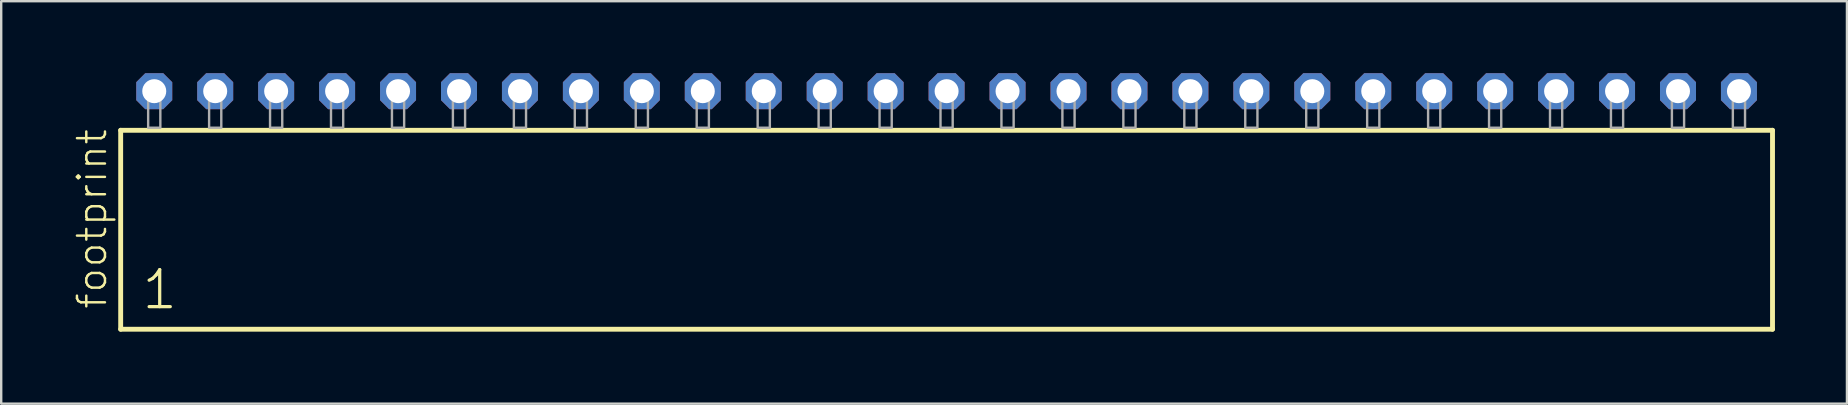
<source format=kicad_pcb>
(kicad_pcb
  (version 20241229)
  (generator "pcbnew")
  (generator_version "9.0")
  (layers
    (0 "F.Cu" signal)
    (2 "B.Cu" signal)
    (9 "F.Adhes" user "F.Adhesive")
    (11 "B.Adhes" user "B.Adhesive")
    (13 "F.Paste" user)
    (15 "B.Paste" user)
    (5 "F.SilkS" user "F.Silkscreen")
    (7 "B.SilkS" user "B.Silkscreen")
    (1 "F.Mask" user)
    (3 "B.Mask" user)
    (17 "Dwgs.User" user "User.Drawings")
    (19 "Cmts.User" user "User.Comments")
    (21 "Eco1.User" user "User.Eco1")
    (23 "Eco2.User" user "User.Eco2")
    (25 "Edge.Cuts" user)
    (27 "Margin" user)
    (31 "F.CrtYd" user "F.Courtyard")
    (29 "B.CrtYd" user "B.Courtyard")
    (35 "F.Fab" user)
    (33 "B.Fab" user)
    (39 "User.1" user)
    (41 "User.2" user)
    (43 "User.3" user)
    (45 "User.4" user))
  (footprint "footprint"
    (layer "F.Cu")
    (at 36.398 2.274)
    (property "Reference" "footprint" (at -34.925 7.62 90) (layer "F.SilkS") (effects (font (size 1.168 1.168) (thickness 0.102)) (justify left bottom)))
    (fp_line (start -34.419 0.106) (end -34.419 8.396) (stroke (width 0.203) (type solid)) (layer "F.SilkS"))
    (fp_line (start -34.419 8.396) (end 34.419 8.396) (stroke (width 0.203) (type solid)) (layer "F.SilkS"))
    (fp_line (start 34.419 0.106) (end -34.419 0.106) (stroke (width 0.203) (type solid)) (layer "F.SilkS"))
    (fp_line (start 34.419 8.396) (end 34.419 0.106) (stroke (width 0.203) (type solid)) (layer "F.SilkS"))
    (fp_poly (pts (xy -33.274 0) (xy -32.766 0) (xy -32.766 -1.778) (xy -33.274 -1.778)) (stroke (width 0.1) (type solid)) (fill no) (layer "F.Fab"))
    (fp_poly (pts (xy -30.734 0) (xy -30.226 0) (xy -30.226 -1.778) (xy -30.734 -1.778)) (stroke (width 0.1) (type solid)) (fill no) (layer "F.Fab"))
    (fp_poly (pts (xy -28.194 0) (xy -27.686 0) (xy -27.686 -1.778) (xy -28.194 -1.778)) (stroke (width 0.1) (type solid)) (fill no) (layer "F.Fab"))
    (fp_poly (pts (xy -25.654 0) (xy -25.146 0) (xy -25.146 -1.778) (xy -25.654 -1.778)) (stroke (width 0.1) (type solid)) (fill no) (layer "F.Fab"))
    (fp_poly (pts (xy -23.114 0) (xy -22.606 0) (xy -22.606 -1.778) (xy -23.114 -1.778)) (stroke (width 0.1) (type solid)) (fill no) (layer "F.Fab"))
    (fp_poly (pts (xy -20.574 0) (xy -20.066 0) (xy -20.066 -1.778) (xy -20.574 -1.778)) (stroke (width 0.1) (type solid)) (fill no) (layer "F.Fab"))
    (fp_poly (pts (xy -18.034 0) (xy -17.526 0) (xy -17.526 -1.778) (xy -18.034 -1.778)) (stroke (width 0.1) (type solid)) (fill no) (layer "F.Fab"))
    (fp_poly (pts (xy -15.494 0) (xy -14.986 0) (xy -14.986 -1.778) (xy -15.494 -1.778)) (stroke (width 0.1) (type solid)) (fill no) (layer "F.Fab"))
    (fp_poly (pts (xy -12.954 0) (xy -12.446 0) (xy -12.446 -1.778) (xy -12.954 -1.778)) (stroke (width 0.1) (type solid)) (fill no) (layer "F.Fab"))
    (fp_poly (pts (xy -10.414 0) (xy -9.906 0) (xy -9.906 -1.778) (xy -10.414 -1.778)) (stroke (width 0.1) (type solid)) (fill no) (layer "F.Fab"))
    (fp_poly (pts (xy -7.874 0) (xy -7.366 0) (xy -7.366 -1.778) (xy -7.874 -1.778)) (stroke (width 0.1) (type solid)) (fill no) (layer "F.Fab"))
    (fp_poly (pts (xy -5.334 0) (xy -4.826 0) (xy -4.826 -1.778) (xy -5.334 -1.778)) (stroke (width 0.1) (type solid)) (fill no) (layer "F.Fab"))
    (fp_poly (pts (xy -2.794 0) (xy -2.286 0) (xy -2.286 -1.778) (xy -2.794 -1.778)) (stroke (width 0.1) (type solid)) (fill no) (layer "F.Fab"))
    (fp_poly (pts (xy -0.254 0) (xy 0.254 0) (xy 0.254 -1.778) (xy -0.254 -1.778)) (stroke (width 0.1) (type solid)) (fill no) (layer "F.Fab"))
    (fp_poly (pts (xy 2.286 0) (xy 2.794 0) (xy 2.794 -1.778) (xy 2.286 -1.778)) (stroke (width 0.1) (type solid)) (fill no) (layer "F.Fab"))
    (fp_poly (pts (xy 4.826 0) (xy 5.334 0) (xy 5.334 -1.778) (xy 4.826 -1.778)) (stroke (width 0.1) (type solid)) (fill no) (layer "F.Fab"))
    (fp_poly (pts (xy 7.366 0) (xy 7.874 0) (xy 7.874 -1.778) (xy 7.366 -1.778)) (stroke (width 0.1) (type solid)) (fill no) (layer "F.Fab"))
    (fp_poly (pts (xy 9.906 0) (xy 10.414 0) (xy 10.414 -1.778) (xy 9.906 -1.778)) (stroke (width 0.1) (type solid)) (fill no) (layer "F.Fab"))
    (fp_poly (pts (xy 12.446 0) (xy 12.954 0) (xy 12.954 -1.778) (xy 12.446 -1.778)) (stroke (width 0.1) (type solid)) (fill no) (layer "F.Fab"))
    (fp_poly (pts (xy 14.986 0) (xy 15.494 0) (xy 15.494 -1.778) (xy 14.986 -1.778)) (stroke (width 0.1) (type solid)) (fill no) (layer "F.Fab"))
    (fp_poly (pts (xy 17.526 0) (xy 18.034 0) (xy 18.034 -1.778) (xy 17.526 -1.778)) (stroke (width 0.1) (type solid)) (fill no) (layer "F.Fab"))
    (fp_poly (pts (xy 20.066 0) (xy 20.574 0) (xy 20.574 -1.778) (xy 20.066 -1.778)) (stroke (width 0.1) (type solid)) (fill no) (layer "F.Fab"))
    (fp_poly (pts (xy 22.606 0) (xy 23.114 0) (xy 23.114 -1.778) (xy 22.606 -1.778)) (stroke (width 0.1) (type solid)) (fill no) (layer "F.Fab"))
    (fp_poly (pts (xy 25.146 0) (xy 25.654 0) (xy 25.654 -1.778) (xy 25.146 -1.778)) (stroke (width 0.1) (type solid)) (fill no) (layer "F.Fab"))
    (fp_poly (pts (xy 27.686 0) (xy 28.194 0) (xy 28.194 -1.778) (xy 27.686 -1.778)) (stroke (width 0.1) (type solid)) (fill no) (layer "F.Fab"))
    (fp_poly (pts (xy 30.226 0) (xy 30.734 0) (xy 30.734 -1.778) (xy 30.226 -1.778)) (stroke (width 0.1) (type solid)) (fill no) (layer "F.Fab"))
    (fp_poly (pts (xy 32.766 0) (xy 33.274 0) (xy 33.274 -1.778) (xy 32.766 -1.778)) (stroke (width 0.1) (type solid)) (fill no) (layer "F.Fab"))
    (fp_text user "1" (at -33.615 7.65 0) (layer "F.SilkS") (effects (font (size 1.542 1.542) (thickness 0.134)) (justify left bottom)))
    (pad "1" thru_hole roundrect (at -33.02 -1.524) (size 1.5 1.5) (drill 1) (layers "*.Cu" "*.Mask") (roundrect_rratio 0.25) (chamfer_ratio 0.25) (chamfer top_left top_right bottom_left bottom_right))
    (pad "2" thru_hole roundrect (at -30.48 -1.524) (size 1.5 1.5) (drill 1) (layers "*.Cu" "*.Mask") (roundrect_rratio 0.25) (chamfer_ratio 0.25) (chamfer top_left top_right bottom_left bottom_right))
    (pad "3" thru_hole roundrect (at -27.94 -1.524) (size 1.5 1.5) (drill 1) (layers "*.Cu" "*.Mask") (roundrect_rratio 0.25) (chamfer_ratio 0.25) (chamfer top_left top_right bottom_left bottom_right))
    (pad "4" thru_hole roundrect (at -25.4 -1.524) (size 1.5 1.5) (drill 1) (layers "*.Cu" "*.Mask") (roundrect_rratio 0.25) (chamfer_ratio 0.25) (chamfer top_left top_right bottom_left bottom_right))
    (pad "5" thru_hole roundrect (at -22.86 -1.524) (size 1.5 1.5) (drill 1) (layers "*.Cu" "*.Mask") (roundrect_rratio 0.25) (chamfer_ratio 0.25) (chamfer top_left top_right bottom_left bottom_right))
    (pad "6" thru_hole roundrect (at -20.32 -1.524) (size 1.5 1.5) (drill 1) (layers "*.Cu" "*.Mask") (roundrect_rratio 0.25) (chamfer_ratio 0.25) (chamfer top_left top_right bottom_left bottom_right))
    (pad "7" thru_hole roundrect (at -17.78 -1.524) (size 1.5 1.5) (drill 1) (layers "*.Cu" "*.Mask") (roundrect_rratio 0.25) (chamfer_ratio 0.25) (chamfer top_left top_right bottom_left bottom_right))
    (pad "8" thru_hole roundrect (at -15.24 -1.524) (size 1.5 1.5) (drill 1) (layers "*.Cu" "*.Mask") (roundrect_rratio 0.25) (chamfer_ratio 0.25) (chamfer top_left top_right bottom_left bottom_right))
    (pad "9" thru_hole roundrect (at -12.7 -1.524) (size 1.5 1.5) (drill 1) (layers "*.Cu" "*.Mask") (roundrect_rratio 0.25) (chamfer_ratio 0.25) (chamfer top_left top_right bottom_left bottom_right))
    (pad "10" thru_hole roundrect (at -10.16 -1.524) (size 1.5 1.5) (drill 1) (layers "*.Cu" "*.Mask") (roundrect_rratio 0.25) (chamfer_ratio 0.25) (chamfer top_left top_right bottom_left bottom_right))
    (pad "11" thru_hole roundrect (at -7.62 -1.524) (size 1.5 1.5) (drill 1) (layers "*.Cu" "*.Mask") (roundrect_rratio 0.25) (chamfer_ratio 0.25) (chamfer top_left top_right bottom_left bottom_right))
    (pad "12" thru_hole roundrect (at -5.08 -1.524) (size 1.5 1.5) (drill 1) (layers "*.Cu" "*.Mask") (roundrect_rratio 0.25) (chamfer_ratio 0.25) (chamfer top_left top_right bottom_left bottom_right))
    (pad "13" thru_hole roundrect (at -2.54 -1.524) (size 1.5 1.5) (drill 1) (layers "*.Cu" "*.Mask") (roundrect_rratio 0.25) (chamfer_ratio 0.25) (chamfer top_left top_right bottom_left bottom_right))
    (pad "14" thru_hole roundrect (at 0 -1.524) (size 1.5 1.5) (drill 1) (layers "*.Cu" "*.Mask") (roundrect_rratio 0.25) (chamfer_ratio 0.25) (chamfer top_left top_right bottom_left bottom_right))
    (pad "15" thru_hole roundrect (at 2.54 -1.524) (size 1.5 1.5) (drill 1) (layers "*.Cu" "*.Mask") (roundrect_rratio 0.25) (chamfer_ratio 0.25) (chamfer top_left top_right bottom_left bottom_right))
    (pad "16" thru_hole roundrect (at 5.08 -1.524) (size 1.5 1.5) (drill 1) (layers "*.Cu" "*.Mask") (roundrect_rratio 0.25) (chamfer_ratio 0.25) (chamfer top_left top_right bottom_left bottom_right))
    (pad "17" thru_hole roundrect (at 7.62 -1.524) (size 1.5 1.5) (drill 1) (layers "*.Cu" "*.Mask") (roundrect_rratio 0.25) (chamfer_ratio 0.25) (chamfer top_left top_right bottom_left bottom_right))
    (pad "18" thru_hole roundrect (at 10.16 -1.524) (size 1.5 1.5) (drill 1) (layers "*.Cu" "*.Mask") (roundrect_rratio 0.25) (chamfer_ratio 0.25) (chamfer top_left top_right bottom_left bottom_right))
    (pad "19" thru_hole roundrect (at 12.7 -1.524) (size 1.5 1.5) (drill 1) (layers "*.Cu" "*.Mask") (roundrect_rratio 0.25) (chamfer_ratio 0.25) (chamfer top_left top_right bottom_left bottom_right))
    (pad "20" thru_hole roundrect (at 15.24 -1.524) (size 1.5 1.5) (drill 1) (layers "*.Cu" "*.Mask") (roundrect_rratio 0.25) (chamfer_ratio 0.25) (chamfer top_left top_right bottom_left bottom_right))
    (pad "21" thru_hole roundrect (at 17.78 -1.524) (size 1.5 1.5) (drill 1) (layers "*.Cu" "*.Mask") (roundrect_rratio 0.25) (chamfer_ratio 0.25) (chamfer top_left top_right bottom_left bottom_right))
    (pad "22" thru_hole roundrect (at 20.32 -1.524) (size 1.5 1.5) (drill 1) (layers "*.Cu" "*.Mask") (roundrect_rratio 0.25) (chamfer_ratio 0.25) (chamfer top_left top_right bottom_left bottom_right))
    (pad "23" thru_hole roundrect (at 22.86 -1.524) (size 1.5 1.5) (drill 1) (layers "*.Cu" "*.Mask") (roundrect_rratio 0.25) (chamfer_ratio 0.25) (chamfer top_left top_right bottom_left bottom_right))
    (pad "24" thru_hole roundrect (at 25.4 -1.524) (size 1.5 1.5) (drill 1) (layers "*.Cu" "*.Mask") (roundrect_rratio 0.25) (chamfer_ratio 0.25) (chamfer top_left top_right bottom_left bottom_right))
    (pad "25" thru_hole roundrect (at 27.94 -1.524) (size 1.5 1.5) (drill 1) (layers "*.Cu" "*.Mask") (roundrect_rratio 0.25) (chamfer_ratio 0.25) (chamfer top_left top_right bottom_left bottom_right))
    (pad "26" thru_hole roundrect (at 30.48 -1.524) (size 1.5 1.5) (drill 1) (layers "*.Cu" "*.Mask") (roundrect_rratio 0.25) (chamfer_ratio 0.25) (chamfer top_left top_right bottom_left bottom_right))
    (pad "27" thru_hole roundrect (at 33.02 -1.524) (size 1.5 1.5) (drill 1) (layers "*.Cu" "*.Mask") (roundrect_rratio 0.25) (chamfer_ratio 0.25) (chamfer top_left top_right bottom_left bottom_right)))
  (gr_rect
    (start -3 -3)
    (end 73.919 13.772)
    (stroke (width 0.1) (type default))
    (fill no)
    (layer "Edge.Cuts")))
</source>
